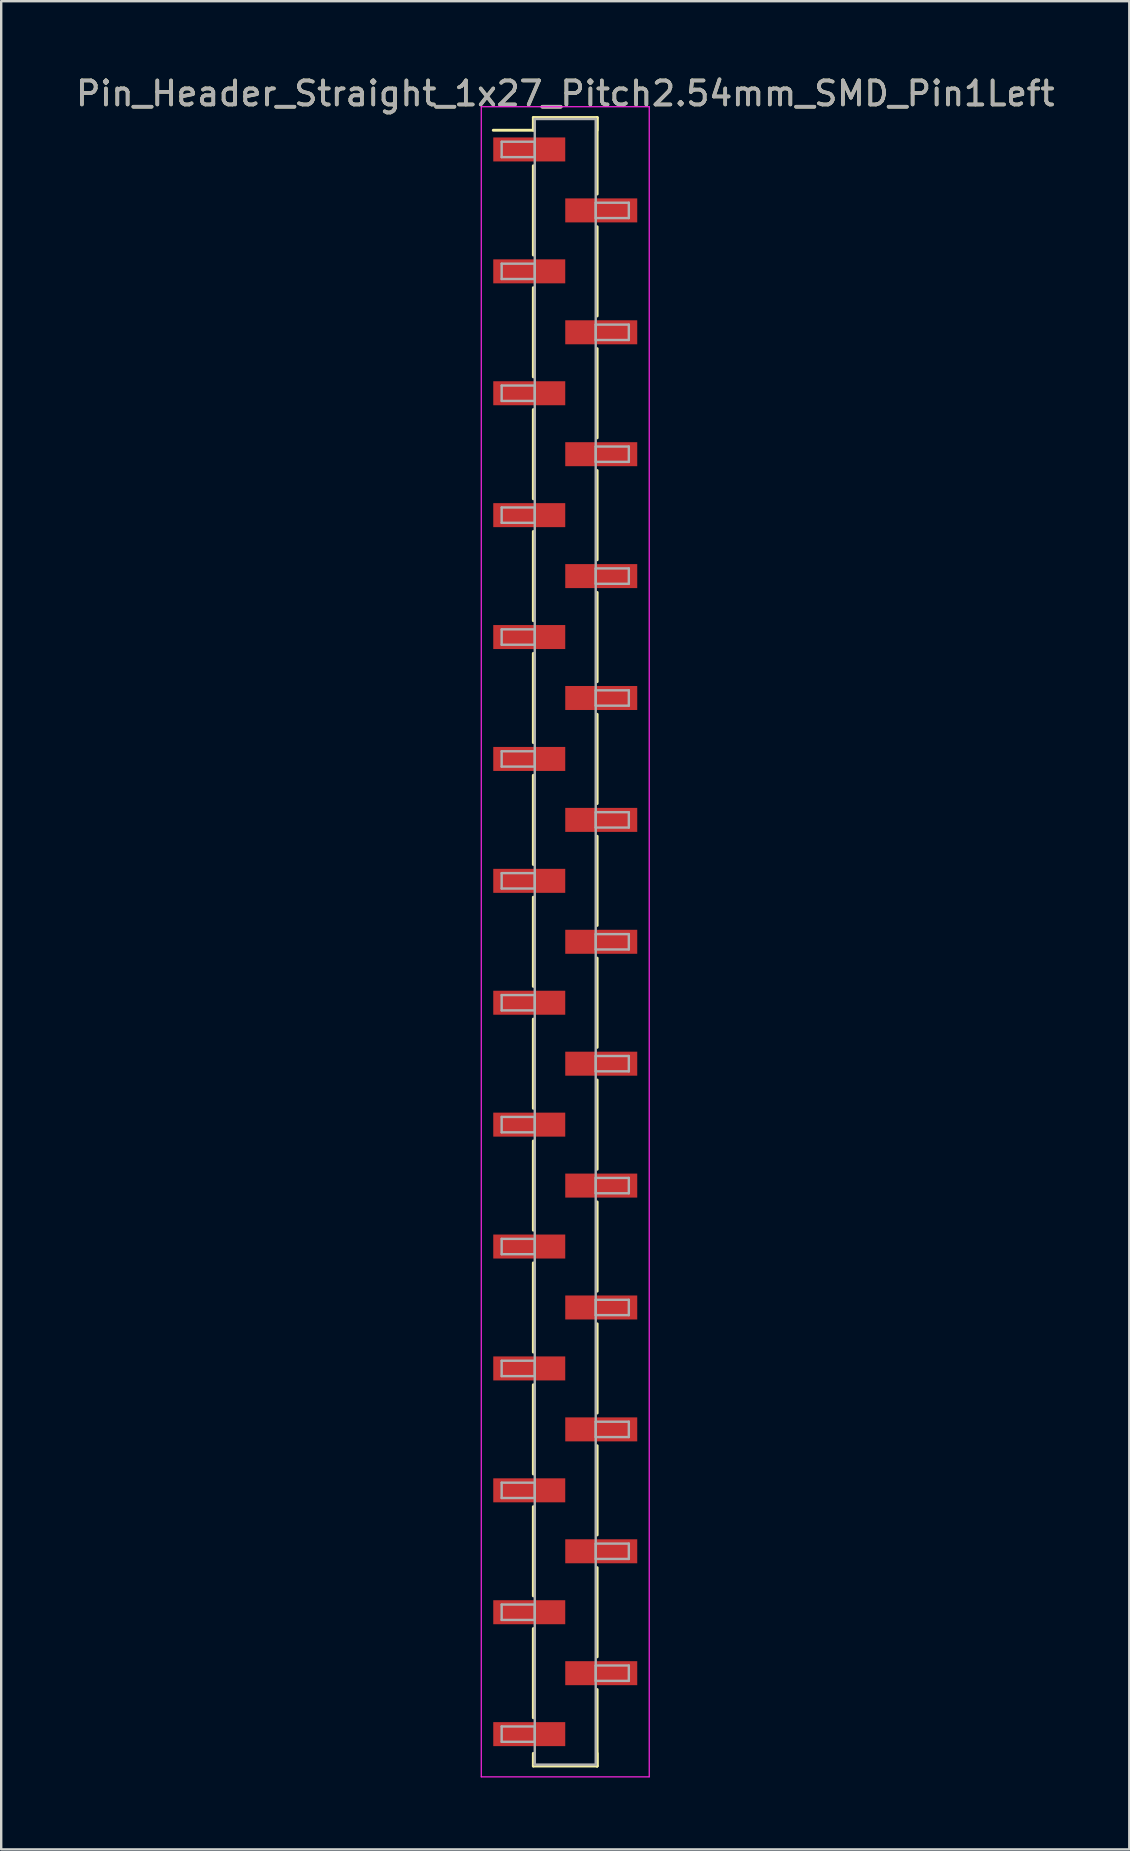
<source format=kicad_pcb>
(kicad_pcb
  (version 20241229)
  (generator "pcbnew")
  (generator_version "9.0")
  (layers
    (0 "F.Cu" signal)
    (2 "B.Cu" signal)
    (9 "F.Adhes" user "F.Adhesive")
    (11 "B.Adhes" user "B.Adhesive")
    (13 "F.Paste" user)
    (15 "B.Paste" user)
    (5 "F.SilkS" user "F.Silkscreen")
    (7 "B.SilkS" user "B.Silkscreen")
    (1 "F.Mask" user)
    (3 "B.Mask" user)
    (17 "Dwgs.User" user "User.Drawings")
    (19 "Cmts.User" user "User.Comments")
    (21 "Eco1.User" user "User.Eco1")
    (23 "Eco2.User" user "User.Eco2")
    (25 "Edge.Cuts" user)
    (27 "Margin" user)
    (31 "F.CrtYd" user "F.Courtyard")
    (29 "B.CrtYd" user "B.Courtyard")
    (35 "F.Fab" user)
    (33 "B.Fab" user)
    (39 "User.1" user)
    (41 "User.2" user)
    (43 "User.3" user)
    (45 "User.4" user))
  (footprint "Pin_Header_Straight_1x27_Pitch2.54mm_SMD_Pin1Left"
    (layer "F.Cu")
    (at 20.506 36.198)
    (property "Reference" "Pin_Header_Straight_1x27_Pitch2.54mm_SMD_Pin1Left" (at 0 -35.35 0) (layer "F.SilkS") (effects (font (size 1 1) (thickness 0.15))))
    (attr smd)
    (fp_line (start -1.33 -34.35) (end 1.33 -34.35) (stroke (width 0.12) (type solid)) (layer "F.SilkS"))
    (fp_line (start -1.33 -33.82) (end -3 -33.82) (stroke (width 0.12) (type solid)) (layer "F.SilkS"))
    (fp_line (start -1.33 -33.82) (end -1.33 -34.35) (stroke (width 0.12) (type solid)) (layer "F.SilkS"))
    (fp_line (start -1.33 -32.34) (end -1.33 -28.62) (stroke (width 0.12) (type solid)) (layer "F.SilkS"))
    (fp_line (start -1.33 -27.26) (end -1.33 -23.54) (stroke (width 0.12) (type solid)) (layer "F.SilkS"))
    (fp_line (start -1.33 -22.18) (end -1.33 -18.46) (stroke (width 0.12) (type solid)) (layer "F.SilkS"))
    (fp_line (start -1.33 -17.1) (end -1.33 -13.38) (stroke (width 0.12) (type solid)) (layer "F.SilkS"))
    (fp_line (start -1.33 -12.02) (end -1.33 -8.3) (stroke (width 0.12) (type solid)) (layer "F.SilkS"))
    (fp_line (start -1.33 -6.94) (end -1.33 -3.22) (stroke (width 0.12) (type solid)) (layer "F.SilkS"))
    (fp_line (start -1.33 -1.86) (end -1.33 1.86) (stroke (width 0.12) (type solid)) (layer "F.SilkS"))
    (fp_line (start -1.33 3.22) (end -1.33 6.94) (stroke (width 0.12) (type solid)) (layer "F.SilkS"))
    (fp_line (start -1.33 8.3) (end -1.33 12.02) (stroke (width 0.12) (type solid)) (layer "F.SilkS"))
    (fp_line (start -1.33 13.38) (end -1.33 17.1) (stroke (width 0.12) (type solid)) (layer "F.SilkS"))
    (fp_line (start -1.33 18.46) (end -1.33 22.18) (stroke (width 0.12) (type solid)) (layer "F.SilkS"))
    (fp_line (start -1.33 23.54) (end -1.33 27.26) (stroke (width 0.12) (type solid)) (layer "F.SilkS"))
    (fp_line (start -1.33 28.62) (end -1.33 32.34) (stroke (width 0.12) (type solid)) (layer "F.SilkS"))
    (fp_line (start -1.33 33.82) (end -1.33 34.35) (stroke (width 0.12) (type solid)) (layer "F.SilkS"))
    (fp_line (start -1.33 34.35) (end 1.33 34.35) (stroke (width 0.12) (type solid)) (layer "F.SilkS"))
    (fp_line (start 1.33 -34.35) (end 1.33 -33.82) (stroke (width 0.12) (type solid)) (layer "F.SilkS"))
    (fp_line (start 1.33 -34.35) (end 1.33 -31.16) (stroke (width 0.12) (type solid)) (layer "F.SilkS"))
    (fp_line (start 1.33 -29.8) (end 1.33 -26.08) (stroke (width 0.12) (type solid)) (layer "F.SilkS"))
    (fp_line (start 1.33 -24.72) (end 1.33 -21) (stroke (width 0.12) (type solid)) (layer "F.SilkS"))
    (fp_line (start 1.33 -19.64) (end 1.33 -15.92) (stroke (width 0.12) (type solid)) (layer "F.SilkS"))
    (fp_line (start 1.33 -14.56) (end 1.33 -10.84) (stroke (width 0.12) (type solid)) (layer "F.SilkS"))
    (fp_line (start 1.33 -9.48) (end 1.33 -5.76) (stroke (width 0.12) (type solid)) (layer "F.SilkS"))
    (fp_line (start 1.33 -4.4) (end 1.33 -0.68) (stroke (width 0.12) (type solid)) (layer "F.SilkS"))
    (fp_line (start 1.33 0.68) (end 1.33 4.4) (stroke (width 0.12) (type solid)) (layer "F.SilkS"))
    (fp_line (start 1.33 5.76) (end 1.33 9.48) (stroke (width 0.12) (type solid)) (layer "F.SilkS"))
    (fp_line (start 1.33 10.84) (end 1.33 14.56) (stroke (width 0.12) (type solid)) (layer "F.SilkS"))
    (fp_line (start 1.33 15.92) (end 1.33 19.64) (stroke (width 0.12) (type solid)) (layer "F.SilkS"))
    (fp_line (start 1.33 21) (end 1.33 24.72) (stroke (width 0.12) (type solid)) (layer "F.SilkS"))
    (fp_line (start 1.33 26.08) (end 1.33 29.8) (stroke (width 0.12) (type solid)) (layer "F.SilkS"))
    (fp_line (start 1.33 31.16) (end 1.33 34.35) (stroke (width 0.12) (type solid)) (layer "F.SilkS"))
    (fp_line (start 1.33 34.35) (end 1.33 33.82) (stroke (width 0.12) (type solid)) (layer "F.SilkS"))
    (fp_line (start -3.5 -34.8) (end -3.5 34.8) (stroke (width 0.05) (type solid)) (layer "F.CrtYd"))
    (fp_line (start -3.5 34.8) (end 3.5 34.8) (stroke (width 0.05) (type solid)) (layer "F.CrtYd"))
    (fp_line (start 3.5 -34.8) (end -3.5 -34.8) (stroke (width 0.05) (type solid)) (layer "F.CrtYd"))
    (fp_line (start 3.5 34.8) (end 3.5 -34.8) (stroke (width 0.05) (type solid)) (layer "F.CrtYd"))
    (fp_line (start -2.65 -33.34) (end -1.27 -33.34) (stroke (width 0.1) (type solid)) (layer "F.Fab"))
    (fp_line (start -2.65 -32.7) (end -2.65 -33.34) (stroke (width 0.1) (type solid)) (layer "F.Fab"))
    (fp_line (start -2.65 -28.26) (end -1.27 -28.26) (stroke (width 0.1) (type solid)) (layer "F.Fab"))
    (fp_line (start -2.65 -27.62) (end -2.65 -28.26) (stroke (width 0.1) (type solid)) (layer "F.Fab"))
    (fp_line (start -2.65 -23.18) (end -1.27 -23.18) (stroke (width 0.1) (type solid)) (layer "F.Fab"))
    (fp_line (start -2.65 -22.54) (end -2.65 -23.18) (stroke (width 0.1) (type solid)) (layer "F.Fab"))
    (fp_line (start -2.65 -18.1) (end -1.27 -18.1) (stroke (width 0.1) (type solid)) (layer "F.Fab"))
    (fp_line (start -2.65 -17.46) (end -2.65 -18.1) (stroke (width 0.1) (type solid)) (layer "F.Fab"))
    (fp_line (start -2.65 -13.02) (end -1.27 -13.02) (stroke (width 0.1) (type solid)) (layer "F.Fab"))
    (fp_line (start -2.65 -12.38) (end -2.65 -13.02) (stroke (width 0.1) (type solid)) (layer "F.Fab"))
    (fp_line (start -2.65 -7.94) (end -1.27 -7.94) (stroke (width 0.1) (type solid)) (layer "F.Fab"))
    (fp_line (start -2.65 -7.3) (end -2.65 -7.94) (stroke (width 0.1) (type solid)) (layer "F.Fab"))
    (fp_line (start -2.65 -2.86) (end -1.27 -2.86) (stroke (width 0.1) (type solid)) (layer "F.Fab"))
    (fp_line (start -2.65 -2.22) (end -2.65 -2.86) (stroke (width 0.1) (type solid)) (layer "F.Fab"))
    (fp_line (start -2.65 2.22) (end -1.27 2.22) (stroke (width 0.1) (type solid)) (layer "F.Fab"))
    (fp_line (start -2.65 2.86) (end -2.65 2.22) (stroke (width 0.1) (type solid)) (layer "F.Fab"))
    (fp_line (start -2.65 7.3) (end -1.27 7.3) (stroke (width 0.1) (type solid)) (layer "F.Fab"))
    (fp_line (start -2.65 7.94) (end -2.65 7.3) (stroke (width 0.1) (type solid)) (layer "F.Fab"))
    (fp_line (start -2.65 12.38) (end -1.27 12.38) (stroke (width 0.1) (type solid)) (layer "F.Fab"))
    (fp_line (start -2.65 13.02) (end -2.65 12.38) (stroke (width 0.1) (type solid)) (layer "F.Fab"))
    (fp_line (start -2.65 17.46) (end -1.27 17.46) (stroke (width 0.1) (type solid)) (layer "F.Fab"))
    (fp_line (start -2.65 18.1) (end -2.65 17.46) (stroke (width 0.1) (type solid)) (layer "F.Fab"))
    (fp_line (start -2.65 22.54) (end -1.27 22.54) (stroke (width 0.1) (type solid)) (layer "F.Fab"))
    (fp_line (start -2.65 23.18) (end -2.65 22.54) (stroke (width 0.1) (type solid)) (layer "F.Fab"))
    (fp_line (start -2.65 27.62) (end -1.27 27.62) (stroke (width 0.1) (type solid)) (layer "F.Fab"))
    (fp_line (start -2.65 28.26) (end -2.65 27.62) (stroke (width 0.1) (type solid)) (layer "F.Fab"))
    (fp_line (start -2.65 32.7) (end -1.27 32.7) (stroke (width 0.1) (type solid)) (layer "F.Fab"))
    (fp_line (start -2.65 33.34) (end -2.65 32.7) (stroke (width 0.1) (type solid)) (layer "F.Fab"))
    (fp_line (start -1.27 -34.29) (end -1.27 34.29) (stroke (width 0.1) (type solid)) (layer "F.Fab"))
    (fp_line (start -1.27 -33.34) (end -1.27 -32.7) (stroke (width 0.1) (type solid)) (layer "F.Fab"))
    (fp_line (start -1.27 -32.7) (end -2.65 -32.7) (stroke (width 0.1) (type solid)) (layer "F.Fab"))
    (fp_line (start -1.27 -28.26) (end -1.27 -27.62) (stroke (width 0.1) (type solid)) (layer "F.Fab"))
    (fp_line (start -1.27 -27.62) (end -2.65 -27.62) (stroke (width 0.1) (type solid)) (layer "F.Fab"))
    (fp_line (start -1.27 -23.18) (end -1.27 -22.54) (stroke (width 0.1) (type solid)) (layer "F.Fab"))
    (fp_line (start -1.27 -22.54) (end -2.65 -22.54) (stroke (width 0.1) (type solid)) (layer "F.Fab"))
    (fp_line (start -1.27 -18.1) (end -1.27 -17.46) (stroke (width 0.1) (type solid)) (layer "F.Fab"))
    (fp_line (start -1.27 -17.46) (end -2.65 -17.46) (stroke (width 0.1) (type solid)) (layer "F.Fab"))
    (fp_line (start -1.27 -13.02) (end -1.27 -12.38) (stroke (width 0.1) (type solid)) (layer "F.Fab"))
    (fp_line (start -1.27 -12.38) (end -2.65 -12.38) (stroke (width 0.1) (type solid)) (layer "F.Fab"))
    (fp_line (start -1.27 -7.94) (end -1.27 -7.3) (stroke (width 0.1) (type solid)) (layer "F.Fab"))
    (fp_line (start -1.27 -7.3) (end -2.65 -7.3) (stroke (width 0.1) (type solid)) (layer "F.Fab"))
    (fp_line (start -1.27 -2.86) (end -1.27 -2.22) (stroke (width 0.1) (type solid)) (layer "F.Fab"))
    (fp_line (start -1.27 -2.22) (end -2.65 -2.22) (stroke (width 0.1) (type solid)) (layer "F.Fab"))
    (fp_line (start -1.27 2.22) (end -1.27 2.86) (stroke (width 0.1) (type solid)) (layer "F.Fab"))
    (fp_line (start -1.27 2.86) (end -2.65 2.86) (stroke (width 0.1) (type solid)) (layer "F.Fab"))
    (fp_line (start -1.27 7.3) (end -1.27 7.94) (stroke (width 0.1) (type solid)) (layer "F.Fab"))
    (fp_line (start -1.27 7.94) (end -2.65 7.94) (stroke (width 0.1) (type solid)) (layer "F.Fab"))
    (fp_line (start -1.27 12.38) (end -1.27 13.02) (stroke (width 0.1) (type solid)) (layer "F.Fab"))
    (fp_line (start -1.27 13.02) (end -2.65 13.02) (stroke (width 0.1) (type solid)) (layer "F.Fab"))
    (fp_line (start -1.27 17.46) (end -1.27 18.1) (stroke (width 0.1) (type solid)) (layer "F.Fab"))
    (fp_line (start -1.27 18.1) (end -2.65 18.1) (stroke (width 0.1) (type solid)) (layer "F.Fab"))
    (fp_line (start -1.27 22.54) (end -1.27 23.18) (stroke (width 0.1) (type solid)) (layer "F.Fab"))
    (fp_line (start -1.27 23.18) (end -2.65 23.18) (stroke (width 0.1) (type solid)) (layer "F.Fab"))
    (fp_line (start -1.27 27.62) (end -1.27 28.26) (stroke (width 0.1) (type solid)) (layer "F.Fab"))
    (fp_line (start -1.27 28.26) (end -2.65 28.26) (stroke (width 0.1) (type solid)) (layer "F.Fab"))
    (fp_line (start -1.27 32.7) (end -1.27 33.34) (stroke (width 0.1) (type solid)) (layer "F.Fab"))
    (fp_line (start -1.27 33.34) (end -2.65 33.34) (stroke (width 0.1) (type solid)) (layer "F.Fab"))
    (fp_line (start -1.27 34.29) (end 1.27 34.29) (stroke (width 0.1) (type solid)) (layer "F.Fab"))
    (fp_line (start 1.27 -34.29) (end -1.27 -34.29) (stroke (width 0.1) (type solid)) (layer "F.Fab"))
    (fp_line (start 1.27 -30.8) (end 1.27 -30.16) (stroke (width 0.1) (type solid)) (layer "F.Fab"))
    (fp_line (start 1.27 -30.16) (end 2.65 -30.16) (stroke (width 0.1) (type solid)) (layer "F.Fab"))
    (fp_line (start 1.27 -25.72) (end 1.27 -25.08) (stroke (width 0.1) (type solid)) (layer "F.Fab"))
    (fp_line (start 1.27 -25.08) (end 2.65 -25.08) (stroke (width 0.1) (type solid)) (layer "F.Fab"))
    (fp_line (start 1.27 -20.64) (end 1.27 -20) (stroke (width 0.1) (type solid)) (layer "F.Fab"))
    (fp_line (start 1.27 -20) (end 2.65 -20) (stroke (width 0.1) (type solid)) (layer "F.Fab"))
    (fp_line (start 1.27 -15.56) (end 1.27 -14.92) (stroke (width 0.1) (type solid)) (layer "F.Fab"))
    (fp_line (start 1.27 -14.92) (end 2.65 -14.92) (stroke (width 0.1) (type solid)) (layer "F.Fab"))
    (fp_line (start 1.27 -10.48) (end 1.27 -9.84) (stroke (width 0.1) (type solid)) (layer "F.Fab"))
    (fp_line (start 1.27 -9.84) (end 2.65 -9.84) (stroke (width 0.1) (type solid)) (layer "F.Fab"))
    (fp_line (start 1.27 -5.4) (end 1.27 -4.76) (stroke (width 0.1) (type solid)) (layer "F.Fab"))
    (fp_line (start 1.27 -4.76) (end 2.65 -4.76) (stroke (width 0.1) (type solid)) (layer "F.Fab"))
    (fp_line (start 1.27 -0.32) (end 1.27 0.32) (stroke (width 0.1) (type solid)) (layer "F.Fab"))
    (fp_line (start 1.27 0.32) (end 2.65 0.32) (stroke (width 0.1) (type solid)) (layer "F.Fab"))
    (fp_line (start 1.27 4.76) (end 1.27 5.4) (stroke (width 0.1) (type solid)) (layer "F.Fab"))
    (fp_line (start 1.27 5.4) (end 2.65 5.4) (stroke (width 0.1) (type solid)) (layer "F.Fab"))
    (fp_line (start 1.27 9.84) (end 1.27 10.48) (stroke (width 0.1) (type solid)) (layer "F.Fab"))
    (fp_line (start 1.27 10.48) (end 2.65 10.48) (stroke (width 0.1) (type solid)) (layer "F.Fab"))
    (fp_line (start 1.27 14.92) (end 1.27 15.56) (stroke (width 0.1) (type solid)) (layer "F.Fab"))
    (fp_line (start 1.27 15.56) (end 2.65 15.56) (stroke (width 0.1) (type solid)) (layer "F.Fab"))
    (fp_line (start 1.27 20) (end 1.27 20.64) (stroke (width 0.1) (type solid)) (layer "F.Fab"))
    (fp_line (start 1.27 20.64) (end 2.65 20.64) (stroke (width 0.1) (type solid)) (layer "F.Fab"))
    (fp_line (start 1.27 25.08) (end 1.27 25.72) (stroke (width 0.1) (type solid)) (layer "F.Fab"))
    (fp_line (start 1.27 25.72) (end 2.65 25.72) (stroke (width 0.1) (type solid)) (layer "F.Fab"))
    (fp_line (start 1.27 30.16) (end 1.27 30.8) (stroke (width 0.1) (type solid)) (layer "F.Fab"))
    (fp_line (start 1.27 30.8) (end 2.65 30.8) (stroke (width 0.1) (type solid)) (layer "F.Fab"))
    (fp_line (start 1.27 34.29) (end 1.27 -34.29) (stroke (width 0.1) (type solid)) (layer "F.Fab"))
    (fp_line (start 2.65 -30.8) (end 1.27 -30.8) (stroke (width 0.1) (type solid)) (layer "F.Fab"))
    (fp_line (start 2.65 -30.16) (end 2.65 -30.8) (stroke (width 0.1) (type solid)) (layer "F.Fab"))
    (fp_line (start 2.65 -25.72) (end 1.27 -25.72) (stroke (width 0.1) (type solid)) (layer "F.Fab"))
    (fp_line (start 2.65 -25.08) (end 2.65 -25.72) (stroke (width 0.1) (type solid)) (layer "F.Fab"))
    (fp_line (start 2.65 -20.64) (end 1.27 -20.64) (stroke (width 0.1) (type solid)) (layer "F.Fab"))
    (fp_line (start 2.65 -20) (end 2.65 -20.64) (stroke (width 0.1) (type solid)) (layer "F.Fab"))
    (fp_line (start 2.65 -15.56) (end 1.27 -15.56) (stroke (width 0.1) (type solid)) (layer "F.Fab"))
    (fp_line (start 2.65 -14.92) (end 2.65 -15.56) (stroke (width 0.1) (type solid)) (layer "F.Fab"))
    (fp_line (start 2.65 -10.48) (end 1.27 -10.48) (stroke (width 0.1) (type solid)) (layer "F.Fab"))
    (fp_line (start 2.65 -9.84) (end 2.65 -10.48) (stroke (width 0.1) (type solid)) (layer "F.Fab"))
    (fp_line (start 2.65 -5.4) (end 1.27 -5.4) (stroke (width 0.1) (type solid)) (layer "F.Fab"))
    (fp_line (start 2.65 -4.76) (end 2.65 -5.4) (stroke (width 0.1) (type solid)) (layer "F.Fab"))
    (fp_line (start 2.65 -0.32) (end 1.27 -0.32) (stroke (width 0.1) (type solid)) (layer "F.Fab"))
    (fp_line (start 2.65 0.32) (end 2.65 -0.32) (stroke (width 0.1) (type solid)) (layer "F.Fab"))
    (fp_line (start 2.65 4.76) (end 1.27 4.76) (stroke (width 0.1) (type solid)) (layer "F.Fab"))
    (fp_line (start 2.65 5.4) (end 2.65 4.76) (stroke (width 0.1) (type solid)) (layer "F.Fab"))
    (fp_line (start 2.65 9.84) (end 1.27 9.84) (stroke (width 0.1) (type solid)) (layer "F.Fab"))
    (fp_line (start 2.65 10.48) (end 2.65 9.84) (stroke (width 0.1) (type solid)) (layer "F.Fab"))
    (fp_line (start 2.65 14.92) (end 1.27 14.92) (stroke (width 0.1) (type solid)) (layer "F.Fab"))
    (fp_line (start 2.65 15.56) (end 2.65 14.92) (stroke (width 0.1) (type solid)) (layer "F.Fab"))
    (fp_line (start 2.65 20) (end 1.27 20) (stroke (width 0.1) (type solid)) (layer "F.Fab"))
    (fp_line (start 2.65 20.64) (end 2.65 20) (stroke (width 0.1) (type solid)) (layer "F.Fab"))
    (fp_line (start 2.65 25.08) (end 1.27 25.08) (stroke (width 0.1) (type solid)) (layer "F.Fab"))
    (fp_line (start 2.65 25.72) (end 2.65 25.08) (stroke (width 0.1) (type solid)) (layer "F.Fab"))
    (fp_line (start 2.65 30.16) (end 1.27 30.16) (stroke (width 0.1) (type solid)) (layer "F.Fab"))
    (fp_line (start 2.65 30.8) (end 2.65 30.16) (stroke (width 0.1) (type solid)) (layer "F.Fab"))
    (fp_text user "${REFERENCE}" (at 0 -35.35 0) (layer "F.Fab") (effects (font (size 1 1) (thickness 0.15))))
    (pad "1" smd rect (at -1.5 -33.02) (size 3 1) (layers "F.Cu" "F.Mask" "F.Paste"))
    (pad "2" smd rect (at 1.5 -30.48) (size 3 1) (layers "F.Cu" "F.Mask" "F.Paste"))
    (pad "3" smd rect (at -1.5 -27.94) (size 3 1) (layers "F.Cu" "F.Mask" "F.Paste"))
    (pad "4" smd rect (at 1.5 -25.4) (size 3 1) (layers "F.Cu" "F.Mask" "F.Paste"))
    (pad "5" smd rect (at -1.5 -22.86) (size 3 1) (layers "F.Cu" "F.Mask" "F.Paste"))
    (pad "6" smd rect (at 1.5 -20.32) (size 3 1) (layers "F.Cu" "F.Mask" "F.Paste"))
    (pad "7" smd rect (at -1.5 -17.78) (size 3 1) (layers "F.Cu" "F.Mask" "F.Paste"))
    (pad "8" smd rect (at 1.5 -15.24) (size 3 1) (layers "F.Cu" "F.Mask" "F.Paste"))
    (pad "9" smd rect (at -1.5 -12.7) (size 3 1) (layers "F.Cu" "F.Mask" "F.Paste"))
    (pad "10" smd rect (at 1.5 -10.16) (size 3 1) (layers "F.Cu" "F.Mask" "F.Paste"))
    (pad "11" smd rect (at -1.5 -7.62) (size 3 1) (layers "F.Cu" "F.Mask" "F.Paste"))
    (pad "12" smd rect (at 1.5 -5.08) (size 3 1) (layers "F.Cu" "F.Mask" "F.Paste"))
    (pad "13" smd rect (at -1.5 -2.54) (size 3 1) (layers "F.Cu" "F.Mask" "F.Paste"))
    (pad "14" smd rect (at 1.5 0) (size 3 1) (layers "F.Cu" "F.Mask" "F.Paste"))
    (pad "15" smd rect (at -1.5 2.54) (size 3 1) (layers "F.Cu" "F.Mask" "F.Paste"))
    (pad "16" smd rect (at 1.5 5.08) (size 3 1) (layers "F.Cu" "F.Mask" "F.Paste"))
    (pad "17" smd rect (at -1.5 7.62) (size 3 1) (layers "F.Cu" "F.Mask" "F.Paste"))
    (pad "18" smd rect (at 1.5 10.16) (size 3 1) (layers "F.Cu" "F.Mask" "F.Paste"))
    (pad "19" smd rect (at -1.5 12.7) (size 3 1) (layers "F.Cu" "F.Mask" "F.Paste"))
    (pad "20" smd rect (at 1.5 15.24) (size 3 1) (layers "F.Cu" "F.Mask" "F.Paste"))
    (pad "21" smd rect (at -1.5 17.78) (size 3 1) (layers "F.Cu" "F.Mask" "F.Paste"))
    (pad "22" smd rect (at 1.5 20.32) (size 3 1) (layers "F.Cu" "F.Mask" "F.Paste"))
    (pad "23" smd rect (at -1.5 22.86) (size 3 1) (layers "F.Cu" "F.Mask" "F.Paste"))
    (pad "24" smd rect (at 1.5 25.4) (size 3 1) (layers "F.Cu" "F.Mask" "F.Paste"))
    (pad "25" smd rect (at -1.5 27.94) (size 3 1) (layers "F.Cu" "F.Mask" "F.Paste"))
    (pad "26" smd rect (at 1.5 30.48) (size 3 1) (layers "F.Cu" "F.Mask" "F.Paste"))
    (pad "27" smd rect (at -1.5 33.02) (size 3 1) (layers "F.Cu" "F.Mask" "F.Paste")))
  (gr_rect
    (start -3 -3)
    (end 44.012 74.023)
    (stroke (width 0.1) (type default))
    (fill no)
    (layer "Edge.Cuts")))
</source>
